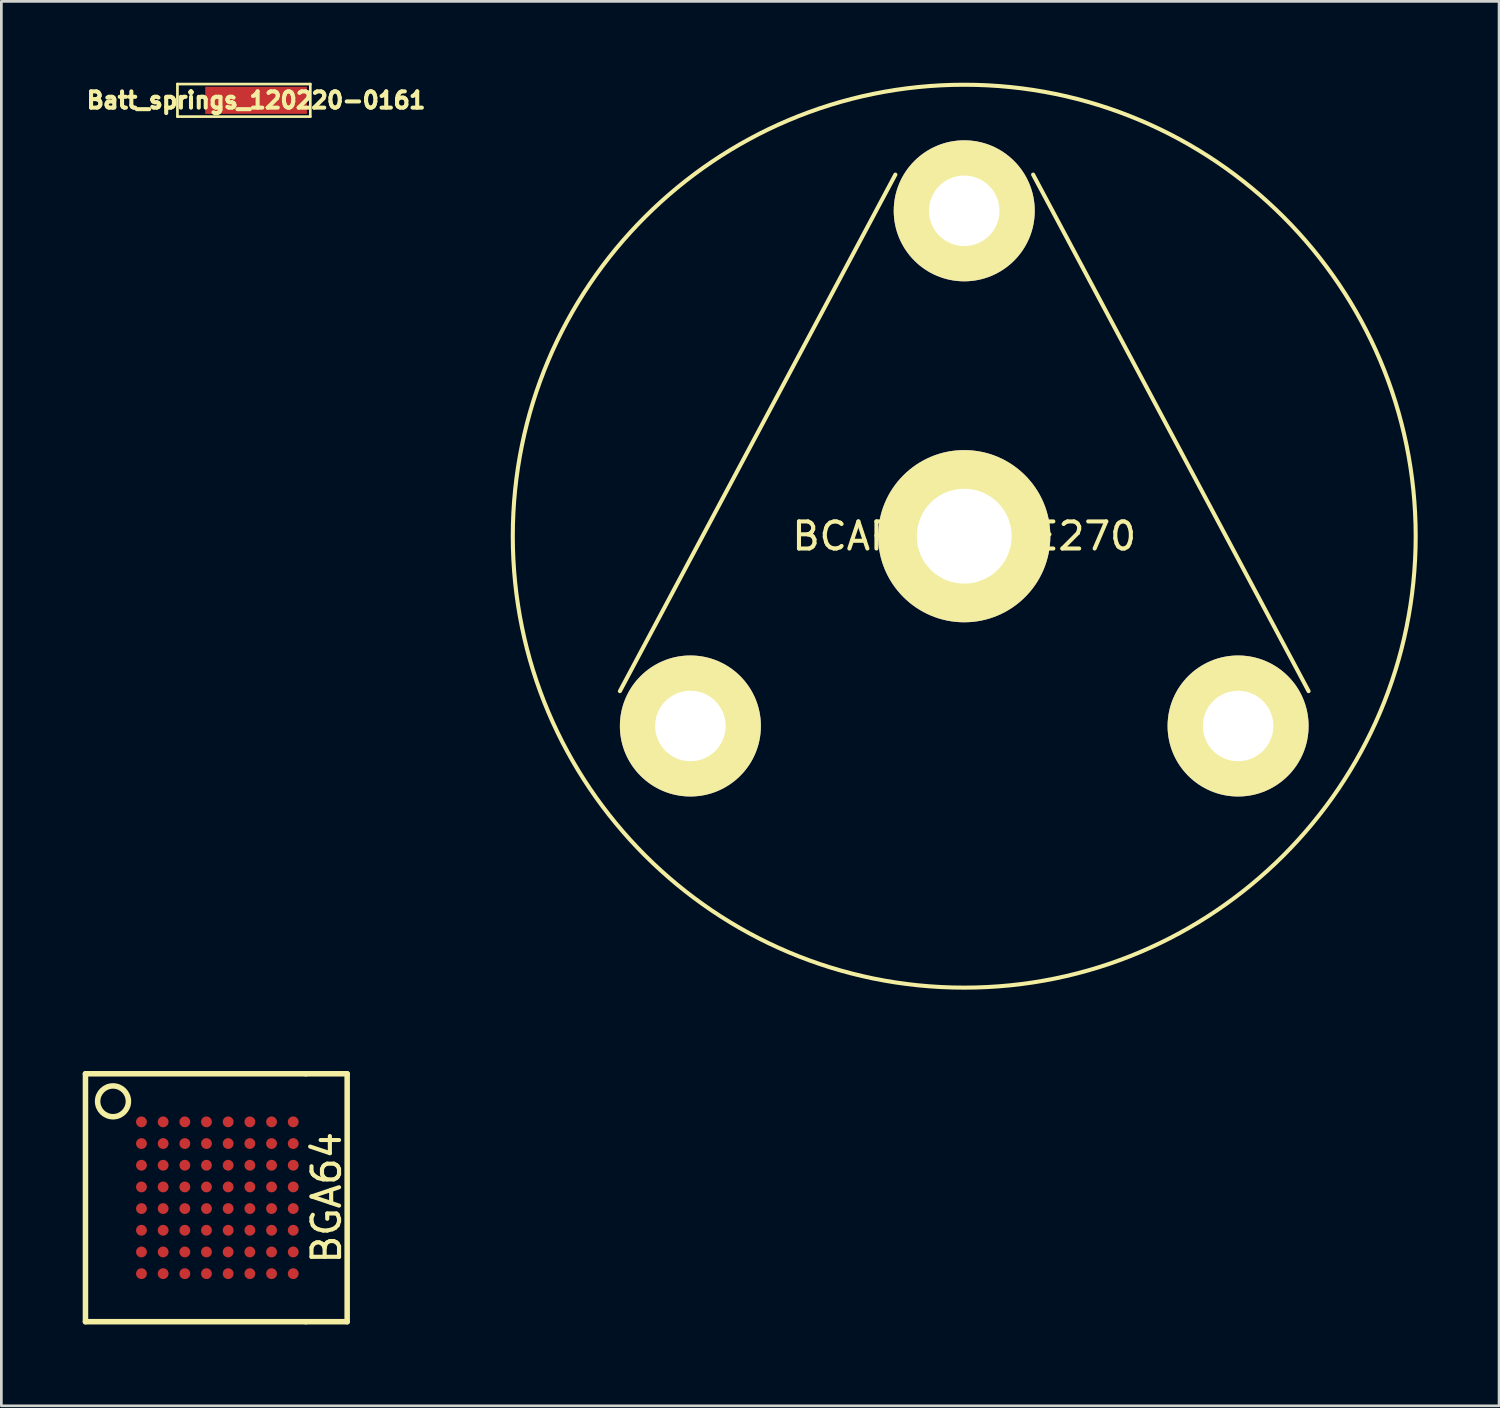
<source format=kicad_pcb>
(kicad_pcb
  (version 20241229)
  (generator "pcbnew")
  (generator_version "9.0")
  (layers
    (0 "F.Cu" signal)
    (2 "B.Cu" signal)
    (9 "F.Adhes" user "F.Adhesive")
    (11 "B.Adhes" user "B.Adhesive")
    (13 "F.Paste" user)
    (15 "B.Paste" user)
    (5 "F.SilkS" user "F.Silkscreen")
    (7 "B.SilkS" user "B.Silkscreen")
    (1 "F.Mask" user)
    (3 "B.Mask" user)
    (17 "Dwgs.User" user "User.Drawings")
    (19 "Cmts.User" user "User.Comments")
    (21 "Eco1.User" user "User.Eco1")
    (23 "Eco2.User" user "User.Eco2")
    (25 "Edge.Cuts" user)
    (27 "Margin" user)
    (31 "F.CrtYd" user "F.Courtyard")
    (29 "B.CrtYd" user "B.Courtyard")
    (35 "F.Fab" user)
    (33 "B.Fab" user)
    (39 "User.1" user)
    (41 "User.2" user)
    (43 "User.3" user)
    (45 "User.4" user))
  (footprint "Batt_springs_120220-0161"
    (layer "F.Cu")
    (at 6.394 0.65)
    (property "Reference" "Batt_springs_120220-0161" (at 0 0 0) (layer "F.SilkS") (effects (font (size 0.6 0.6) (thickness 0.15))))
    (attr through_hole)
    (fp_line (start -2.9 -0.6) (end -2.9 0.6) (stroke (width 0.099) (type solid)) (layer "F.SilkS"))
    (fp_line (start -2.9 0.6) (end 2 0.6) (stroke (width 0.099) (type solid)) (layer "F.SilkS"))
    (fp_line (start 2 -0.6) (end -2.9 -0.6) (stroke (width 0.099) (type solid)) (layer "F.SilkS"))
    (fp_line (start 2 0.6) (end 2 -0.6) (stroke (width 0.099) (type solid)) (layer "F.SilkS"))
    (pad "1" smd rect (at 0 0) (size 3.75 1) (layers "F.Cu" "F.Mask" "F.Paste")))
  (footprint "BGA64"
    (layer "F.Cu")
    (at 4.166 41.124)
    (property "Reference" "BGA64" (at 4.826 0 90) (layer "F.SilkS") (effects (font (size 1.016 1.016) (thickness 0.152))))
    (attr smd)
    (fp_line (start -4.064 -4.572) (end 4.064 -4.572) (stroke (width 0.203) (type solid)) (layer "F.SilkS"))
    (fp_line (start -4.064 4.572) (end -4.064 -4.572) (stroke (width 0.203) (type solid)) (layer "F.SilkS"))
    (fp_line (start 4.064 4.572) (end -4.064 4.572) (stroke (width 0.203) (type solid)) (layer "F.SilkS"))
    (fp_line (start 5.588 -4.572) (end 4.064 -4.572) (stroke (width 0.203) (type solid)) (layer "F.SilkS"))
    (fp_line (start 5.588 -4.572) (end 5.588 4.572) (stroke (width 0.203) (type solid)) (layer "F.SilkS"))
    (fp_line (start 5.588 4.572) (end 4.064 4.572) (stroke (width 0.203) (type solid)) (layer "F.SilkS"))
    (fp_circle (center -3.048 -3.556) (end -3.302 -4.064) (stroke (width 0.203) (type solid)) (fill no) (layer "F.SilkS"))
    (pad "A1" smd circle (at -1.999 -2.799) (size 0.399 0.399) (layers "F.Cu" "F.Mask" "F.Paste"))
    (pad "A2" smd circle (at -1.199 -2.799) (size 0.399 0.399) (layers "F.Cu" "F.Mask" "F.Paste"))
    (pad "A3" smd circle (at -0.399 -2.799) (size 0.399 0.399) (layers "F.Cu" "F.Mask" "F.Paste"))
    (pad "A4" smd circle (at 0.399 -2.799) (size 0.399 0.399) (layers "F.Cu" "F.Mask" "F.Paste"))
    (pad "A5" smd circle (at 1.199 -2.799) (size 0.399 0.399) (layers "F.Cu" "F.Mask" "F.Paste"))
    (pad "A6" smd circle (at 1.999 -2.799) (size 0.399 0.399) (layers "F.Cu" "F.Mask" "F.Paste"))
    (pad "A7" smd circle (at 2.799 -2.799) (size 0.399 0.399) (layers "F.Cu" "F.Mask" "F.Paste"))
    (pad "A8" smd circle (at 3.599 -2.799) (size 0.399 0.399) (layers "F.Cu" "F.Mask" "F.Paste"))
    (pad "B1" smd circle (at -1.999 -1.999) (size 0.399 0.399) (layers "F.Cu" "F.Mask" "F.Paste"))
    (pad "B2" smd circle (at -1.199 -1.999) (size 0.399 0.399) (layers "F.Cu" "F.Mask" "F.Paste"))
    (pad "B3" smd circle (at -0.399 -1.999) (size 0.399 0.399) (layers "F.Cu" "F.Mask" "F.Paste"))
    (pad "B4" smd circle (at 0.399 -1.999) (size 0.399 0.399) (layers "F.Cu" "F.Mask" "F.Paste"))
    (pad "B5" smd circle (at 1.199 -1.999) (size 0.399 0.399) (layers "F.Cu" "F.Mask" "F.Paste"))
    (pad "B6" smd circle (at 1.999 -1.999) (size 0.399 0.399) (layers "F.Cu" "F.Mask" "F.Paste"))
    (pad "B7" smd circle (at 2.799 -1.999) (size 0.399 0.399) (layers "F.Cu" "F.Mask" "F.Paste"))
    (pad "B8" smd circle (at 3.599 -1.999) (size 0.399 0.399) (layers "F.Cu" "F.Mask" "F.Paste"))
    (pad "C1" smd circle (at -1.999 -1.199) (size 0.399 0.399) (layers "F.Cu" "F.Mask" "F.Paste"))
    (pad "C2" smd circle (at -1.199 -1.199) (size 0.399 0.399) (layers "F.Cu" "F.Mask" "F.Paste"))
    (pad "C3" smd circle (at -0.399 -1.199) (size 0.399 0.399) (layers "F.Cu" "F.Mask" "F.Paste"))
    (pad "C4" smd circle (at 0.399 -1.199) (size 0.399 0.399) (layers "F.Cu" "F.Mask" "F.Paste"))
    (pad "C5" smd circle (at 1.199 -1.199) (size 0.399 0.399) (layers "F.Cu" "F.Mask" "F.Paste"))
    (pad "C6" smd circle (at 1.999 -1.199) (size 0.399 0.399) (layers "F.Cu" "F.Mask" "F.Paste"))
    (pad "C7" smd circle (at 2.799 -1.199) (size 0.399 0.399) (layers "F.Cu" "F.Mask" "F.Paste"))
    (pad "C8" smd circle (at 3.599 -1.199) (size 0.399 0.399) (layers "F.Cu" "F.Mask" "F.Paste"))
    (pad "D1" smd circle (at -1.999 -0.399) (size 0.399 0.399) (layers "F.Cu" "F.Mask" "F.Paste"))
    (pad "D2" smd circle (at -1.199 -0.399) (size 0.399 0.399) (layers "F.Cu" "F.Mask" "F.Paste"))
    (pad "D3" smd circle (at -0.399 -0.399) (size 0.399 0.399) (layers "F.Cu" "F.Mask" "F.Paste"))
    (pad "D4" smd circle (at 0.399 -0.399) (size 0.399 0.399) (layers "F.Cu" "F.Mask" "F.Paste"))
    (pad "D5" smd circle (at 1.199 -0.399) (size 0.399 0.399) (layers "F.Cu" "F.Mask" "F.Paste"))
    (pad "D6" smd circle (at 1.999 -0.399) (size 0.399 0.399) (layers "F.Cu" "F.Mask" "F.Paste"))
    (pad "D7" smd circle (at 2.799 -0.399) (size 0.399 0.399) (layers "F.Cu" "F.Mask" "F.Paste"))
    (pad "D8" smd circle (at 3.599 -0.399) (size 0.399 0.399) (layers "F.Cu" "F.Mask" "F.Paste"))
    (pad "E1" smd circle (at -1.999 0.399) (size 0.399 0.399) (layers "F.Cu" "F.Mask" "F.Paste"))
    (pad "E2" smd circle (at -1.199 0.399) (size 0.399 0.399) (layers "F.Cu" "F.Mask" "F.Paste"))
    (pad "E3" smd circle (at -0.399 0.399) (size 0.399 0.399) (layers "F.Cu" "F.Mask" "F.Paste"))
    (pad "E4" smd circle (at 0.399 0.399) (size 0.399 0.399) (layers "F.Cu" "F.Mask" "F.Paste"))
    (pad "E5" smd circle (at 1.199 0.399) (size 0.399 0.399) (layers "F.Cu" "F.Mask" "F.Paste"))
    (pad "E6" smd circle (at 1.999 0.399) (size 0.399 0.399) (layers "F.Cu" "F.Mask" "F.Paste"))
    (pad "E7" smd circle (at 2.799 0.399) (size 0.399 0.399) (layers "F.Cu" "F.Mask" "F.Paste"))
    (pad "E8" smd circle (at 3.599 0.399) (size 0.399 0.399) (layers "F.Cu" "F.Mask" "F.Paste"))
    (pad "F1" smd circle (at -1.999 1.199) (size 0.399 0.399) (layers "F.Cu" "F.Mask" "F.Paste"))
    (pad "F2" smd circle (at -1.199 1.199) (size 0.399 0.399) (layers "F.Cu" "F.Mask" "F.Paste"))
    (pad "F3" smd circle (at -0.399 1.199) (size 0.399 0.399) (layers "F.Cu" "F.Mask" "F.Paste"))
    (pad "F4" smd circle (at 0.399 1.199) (size 0.399 0.399) (layers "F.Cu" "F.Mask" "F.Paste"))
    (pad "F5" smd circle (at 1.199 1.199) (size 0.399 0.399) (layers "F.Cu" "F.Mask" "F.Paste"))
    (pad "F6" smd circle (at 1.999 1.199) (size 0.399 0.399) (layers "F.Cu" "F.Mask" "F.Paste"))
    (pad "F7" smd circle (at 2.799 1.199) (size 0.399 0.399) (layers "F.Cu" "F.Mask" "F.Paste"))
    (pad "F8" smd circle (at 3.599 1.199) (size 0.399 0.399) (layers "F.Cu" "F.Mask" "F.Paste"))
    (pad "G1" smd circle (at -1.999 1.999) (size 0.399 0.399) (layers "F.Cu" "F.Mask" "F.Paste"))
    (pad "G2" smd circle (at -1.199 1.999) (size 0.399 0.399) (layers "F.Cu" "F.Mask" "F.Paste"))
    (pad "G3" smd circle (at -0.399 1.999) (size 0.399 0.399) (layers "F.Cu" "F.Mask" "F.Paste"))
    (pad "G4" smd circle (at 0.399 1.999) (size 0.399 0.399) (layers "F.Cu" "F.Mask" "F.Paste"))
    (pad "G5" smd circle (at 1.199 1.999) (size 0.399 0.399) (layers "F.Cu" "F.Mask" "F.Paste"))
    (pad "G6" smd circle (at 1.999 1.999) (size 0.399 0.399) (layers "F.Cu" "F.Mask" "F.Paste"))
    (pad "G7" smd circle (at 2.799 1.999) (size 0.399 0.399) (layers "F.Cu" "F.Mask" "F.Paste"))
    (pad "G8" smd circle (at 3.599 1.999) (size 0.399 0.399) (layers "F.Cu" "F.Mask" "F.Paste"))
    (pad "H1" smd circle (at -1.999 2.799) (size 0.399 0.399) (layers "F.Cu" "F.Mask" "F.Paste"))
    (pad "H2" smd circle (at -1.199 2.799) (size 0.399 0.399) (layers "F.Cu" "F.Mask" "F.Paste"))
    (pad "H3" smd circle (at -0.399 2.799) (size 0.399 0.399) (layers "F.Cu" "F.Mask" "F.Paste"))
    (pad "H4" smd circle (at 0.399 2.799) (size 0.399 0.399) (layers "F.Cu" "F.Mask" "F.Paste"))
    (pad "H5" smd circle (at 1.199 2.799) (size 0.399 0.399) (layers "F.Cu" "F.Mask" "F.Paste"))
    (pad "H6" smd circle (at 1.999 2.799) (size 0.399 0.399) (layers "F.Cu" "F.Mask" "F.Paste"))
    (pad "H7" smd circle (at 2.799 2.799) (size 0.399 0.399) (layers "F.Cu" "F.Mask" "F.Paste"))
    (pad "H8" smd circle (at 3.599 2.799) (size 0.399 0.399) (layers "F.Cu" "F.Mask" "F.Paste")))
  (footprint "BCAP0350-E270"
    (layer "F.Cu")
    (at 32.512 16.725)
    (property "Reference" "BCAP0350-E270" (at 0 0 0) (layer "F.SilkS") (effects (font (size 1 1) (thickness 0.15))))
    (attr through_hole)
    (fp_line (start -12.7 5.715) (end -2.54 -13.335) (stroke (width 0.15) (type solid)) (layer "F.SilkS"))
    (fp_line (start 2.54 -13.335) (end 12.7 5.715) (stroke (width 0.15) (type solid)) (layer "F.SilkS"))
    (fp_circle (center 0 0) (end -16.65 0) (stroke (width 0.15) (type solid)) (fill no) (layer "F.SilkS"))
    (pad "1" thru_hole circle (at 0 0) (size 6.35 6.35) (drill 3.5) (layers "*.Cu" "*.Mask" "F.SilkS"))
    (pad "2" thru_hole circle (at -10.1 7) (size 5.2 5.2) (drill 2.6) (layers "*.Cu" "*.Mask" "F.SilkS"))
    (pad "2" thru_hole circle (at 0 -12) (size 5.2 5.2) (drill 2.6) (layers "*.Cu" "*.Mask" "F.SilkS"))
    (pad "2" thru_hole circle (at 10.1 7) (size 5.2 5.2) (drill 2.6) (layers "*.Cu" "*.Mask" "F.SilkS")))
  (gr_rect
    (start -3 -3)
    (end 52.237 48.797)
    (stroke (width 0.1) (type default))
    (fill no)
    (layer "Edge.Cuts")))
</source>
